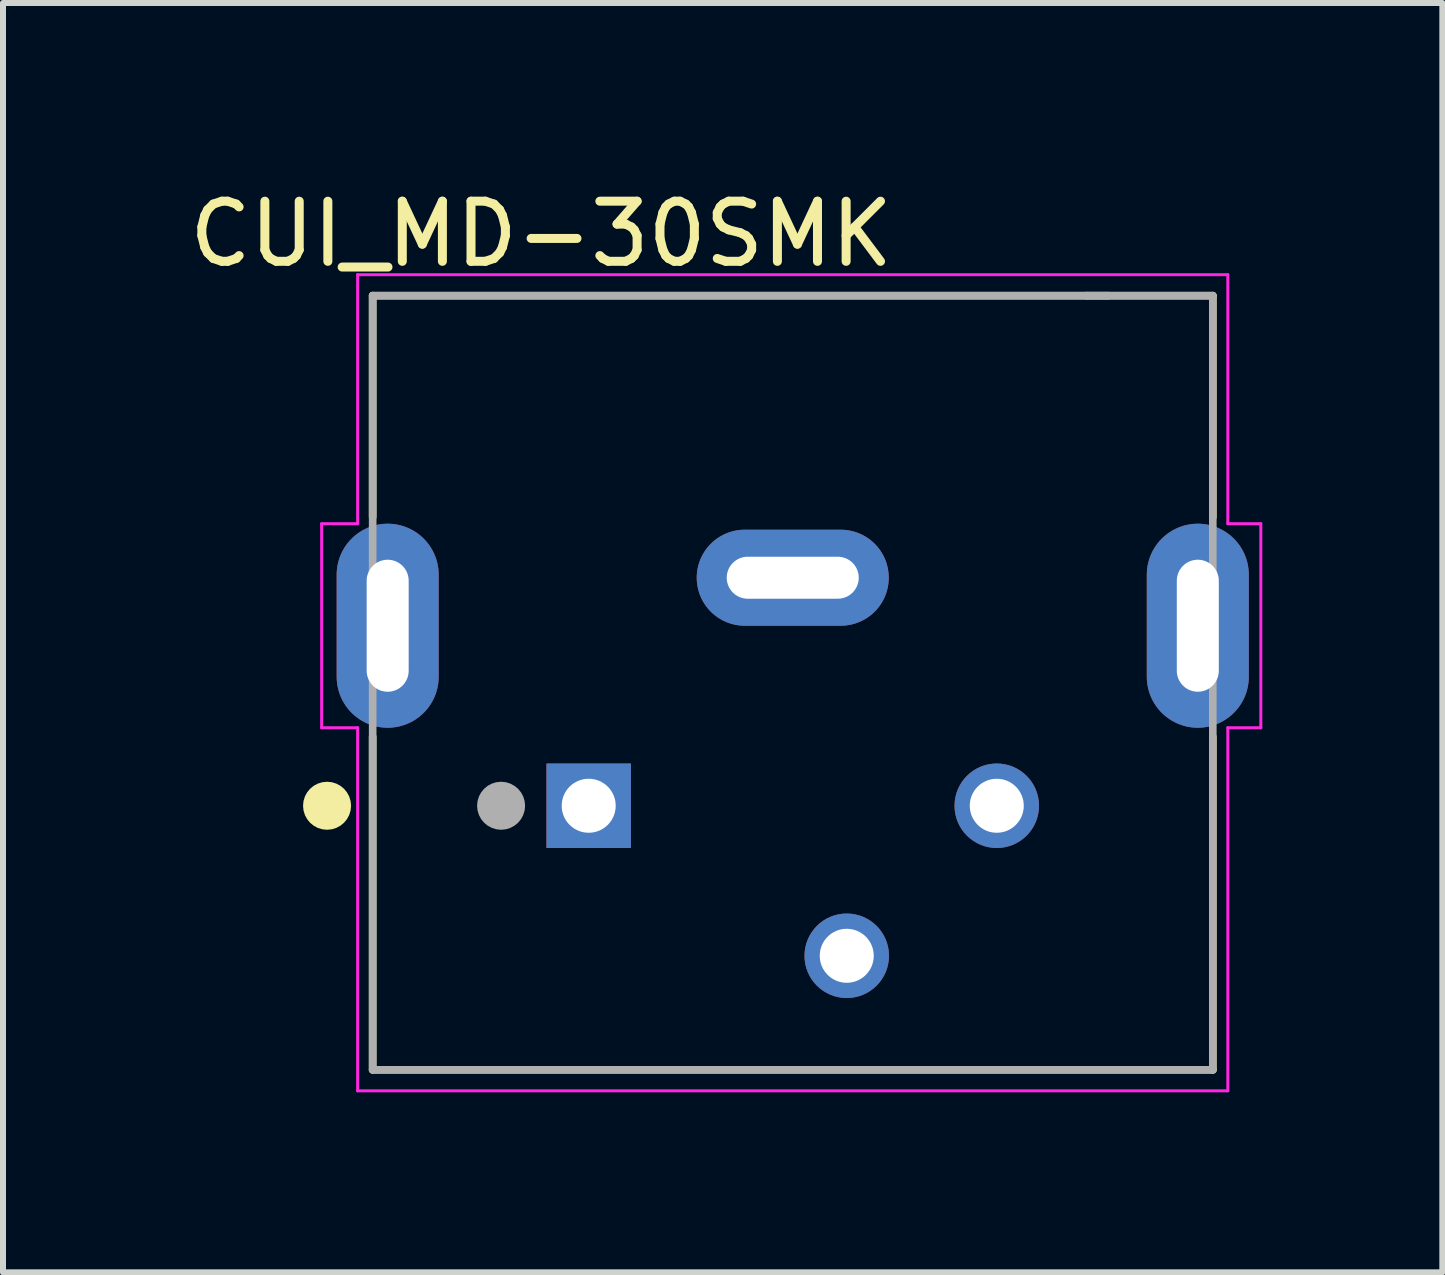
<source format=kicad_pcb>
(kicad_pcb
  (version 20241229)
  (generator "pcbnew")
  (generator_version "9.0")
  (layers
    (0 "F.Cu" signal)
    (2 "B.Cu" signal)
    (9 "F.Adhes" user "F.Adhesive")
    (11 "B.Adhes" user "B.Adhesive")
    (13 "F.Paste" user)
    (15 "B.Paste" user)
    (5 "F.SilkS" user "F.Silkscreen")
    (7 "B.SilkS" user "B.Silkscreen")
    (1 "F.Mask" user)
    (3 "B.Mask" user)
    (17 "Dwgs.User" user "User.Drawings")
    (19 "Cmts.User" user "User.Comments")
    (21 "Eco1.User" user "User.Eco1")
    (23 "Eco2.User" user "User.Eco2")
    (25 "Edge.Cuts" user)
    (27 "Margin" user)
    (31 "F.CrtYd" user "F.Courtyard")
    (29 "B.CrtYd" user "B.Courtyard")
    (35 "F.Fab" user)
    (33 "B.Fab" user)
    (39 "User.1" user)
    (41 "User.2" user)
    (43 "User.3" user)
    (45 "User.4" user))
  (footprint "CUI_MD-30SMK"
    (layer "F.Cu")
    (at 10.16 8.327)
    (property "Reference" "CUI_MD-30SMK" (at -4.192 -7.478 0) (layer "F.SilkS") (effects (font (size 1.002 1.002) (thickness 0.15))))
    (attr through_hole)
    (fp_line (start -7 -6.45) (end -7 -2.76) (stroke (width 0.127) (type solid)) (layer "F.SilkS"))
    (fp_line (start -7 -6.45) (end 7 -6.45) (stroke (width 0.127) (type solid)) (layer "F.SilkS"))
    (fp_line (start -7 6.45) (end -7 0.9) (stroke (width 0.127) (type solid)) (layer "F.SilkS"))
    (fp_line (start 7 -6.45) (end 7 -2.76) (stroke (width 0.127) (type solid)) (layer "F.SilkS"))
    (fp_line (start 7 6.45) (end -7 6.45) (stroke (width 0.127) (type solid)) (layer "F.SilkS"))
    (fp_line (start 7 6.45) (end 7 0.9) (stroke (width 0.127) (type solid)) (layer "F.SilkS"))
    (fp_circle (center -7.76 2.05) (end -7.56 2.05) (stroke (width 0.4) (type solid)) (fill no) (layer "F.SilkS"))
    (fp_line (start -7.85 -2.65) (end -7.25 -2.65) (stroke (width 0.05) (type solid)) (layer "F.CrtYd"))
    (fp_line (start -7.85 0.75) (end -7.85 -2.65) (stroke (width 0.05) (type solid)) (layer "F.CrtYd"))
    (fp_line (start -7.25 -6.8) (end -7.25 -2.65) (stroke (width 0.05) (type solid)) (layer "F.CrtYd"))
    (fp_line (start -7.25 -6.8) (end 7.25 -6.8) (stroke (width 0.05) (type solid)) (layer "F.CrtYd"))
    (fp_line (start -7.25 0.75) (end -7.85 0.75) (stroke (width 0.05) (type solid)) (layer "F.CrtYd"))
    (fp_line (start -7.25 6.8) (end -7.25 0.75) (stroke (width 0.05) (type solid)) (layer "F.CrtYd"))
    (fp_line (start 7.25 -6.8) (end 7.25 -2.65) (stroke (width 0.05) (type solid)) (layer "F.CrtYd"))
    (fp_line (start 7.25 -2.65) (end 7.8 -2.65) (stroke (width 0.05) (type solid)) (layer "F.CrtYd"))
    (fp_line (start 7.25 0.75) (end 7.25 6.8) (stroke (width 0.05) (type solid)) (layer "F.CrtYd"))
    (fp_line (start 7.25 6.8) (end -7.25 6.8) (stroke (width 0.05) (type solid)) (layer "F.CrtYd"))
    (fp_line (start 7.8 -2.65) (end 7.8 0.75) (stroke (width 0.05) (type solid)) (layer "F.CrtYd"))
    (fp_line (start 7.8 0.75) (end 7.25 0.75) (stroke (width 0.05) (type solid)) (layer "F.CrtYd"))
    (fp_line (start -7 -6.45) (end 4.89 -6.45) (stroke (width 0.127) (type solid)) (layer "F.Fab"))
    (fp_line (start -7 6.45) (end -7 -6.45) (stroke (width 0.127) (type solid)) (layer "F.Fab"))
    (fp_line (start 4.89 -6.45) (end 5.25 -6.45) (stroke (width 0.127) (type solid)) (layer "F.Fab"))
    (fp_line (start 5.25 -6.45) (end 4.89 -6.45) (stroke (width 0.127) (type solid)) (layer "F.Fab"))
    (fp_line (start 5.25 -6.45) (end 7 -6.45) (stroke (width 0.127) (type solid)) (layer "F.Fab"))
    (fp_line (start 7 -6.45) (end 7 6.45) (stroke (width 0.127) (type solid)) (layer "F.Fab"))
    (fp_line (start 7 6.45) (end -7 6.45) (stroke (width 0.127) (type solid)) (layer "F.Fab"))
    (fp_circle (center -4.86 2.05) (end -4.66 2.05) (stroke (width 0.4) (type solid)) (fill no) (layer "F.Fab"))
    (pad "1" thru_hole rect (at -3.4 2.05) (size 1.408 1.408) (drill 0.9) (layers "*.Cu" "*.Mask"))
    (pad "2" thru_hole circle (at 3.4 2.05) (size 1.408 1.408) (drill 0.9) (layers "*.Cu" "*.Mask"))
    (pad "3" thru_hole circle (at 0.9 4.55) (size 1.408 1.408) (drill 0.9) (layers "*.Cu" "*.Mask"))
    (pad "S1" thru_hole oval (at -6.75 -0.95) (size 1.7 3.4) (drill oval 0.7 2.2) (layers "*.Cu" "*.Mask"))
    (pad "S2" thru_hole oval (at 0 -1.75) (size 3.2 1.6) (drill oval 2.2 0.7) (layers "*.Cu" "*.Mask"))
    (pad "S3" thru_hole oval (at 6.75 -0.95) (size 1.7 3.4) (drill oval 0.7 2.2) (layers "*.Cu" "*.Mask")))
  (gr_rect
    (start -3 -3)
    (end 20.985 18.152)
    (stroke (width 0.1) (type default))
    (fill no)
    (layer "Edge.Cuts")))
</source>
